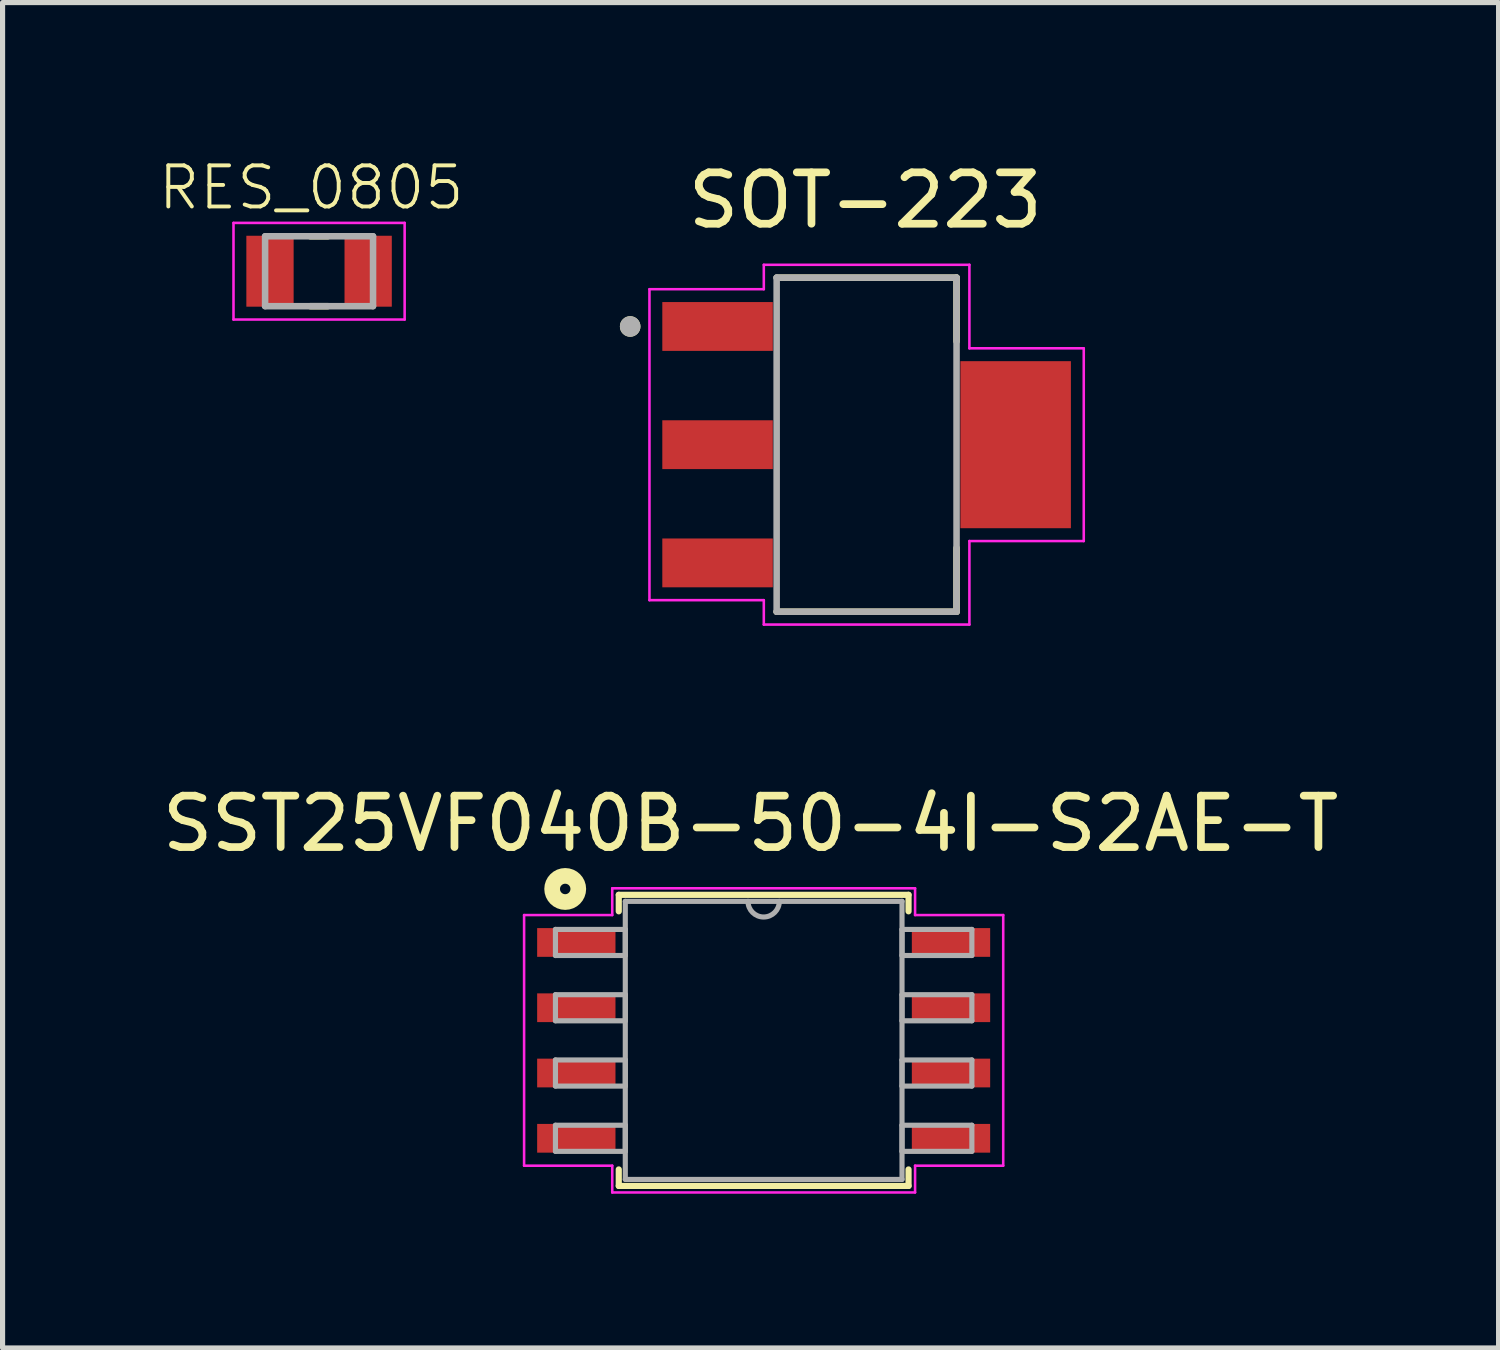
<source format=kicad_pcb>
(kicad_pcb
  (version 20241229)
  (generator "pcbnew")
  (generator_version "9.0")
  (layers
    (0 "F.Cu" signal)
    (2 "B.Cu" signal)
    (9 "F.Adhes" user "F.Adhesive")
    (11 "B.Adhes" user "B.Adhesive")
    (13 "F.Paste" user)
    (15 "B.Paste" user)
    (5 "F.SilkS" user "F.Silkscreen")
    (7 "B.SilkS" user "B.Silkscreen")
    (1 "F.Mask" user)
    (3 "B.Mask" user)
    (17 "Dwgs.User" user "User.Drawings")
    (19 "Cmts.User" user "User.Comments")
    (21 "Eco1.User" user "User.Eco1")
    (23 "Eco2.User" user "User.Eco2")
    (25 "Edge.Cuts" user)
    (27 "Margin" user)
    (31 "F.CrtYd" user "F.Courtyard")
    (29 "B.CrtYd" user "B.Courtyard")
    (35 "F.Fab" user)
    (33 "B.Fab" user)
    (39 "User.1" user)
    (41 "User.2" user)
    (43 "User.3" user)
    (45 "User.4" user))
  (footprint "SOT-223"
    (layer "F.Cu")
    (at 13.811 5.602)
    (property "Reference" "SOT-223" (at -0.025 -4.754 0) (layer "F.SilkS") (effects (font (size 1 1) (thickness 0.15))))
    (attr through_hole)
    (fp_line (start -1.75 -3.25) (end 1.75 -3.25) (stroke (width 0.127) (type solid)) (layer "F.SilkS"))
    (fp_line (start -1.75 3.25) (end 1.75 3.25) (stroke (width 0.127) (type solid)) (layer "F.SilkS"))
    (fp_line (start 1.75 -3.25) (end 1.75 -2.01) (stroke (width 0.127) (type solid)) (layer "F.SilkS"))
    (fp_line (start 1.75 3.25) (end 1.75 2.01) (stroke (width 0.127) (type solid)) (layer "F.SilkS"))
    (fp_circle (center -4.6 -2.3) (end -4.5 -2.3) (stroke (width 0.2) (type solid)) (fill no) (layer "F.SilkS"))
    (fp_line (start -4.225 -3.025) (end -4.225 3.025) (stroke (width 0.05) (type solid)) (layer "F.CrtYd"))
    (fp_line (start -4.225 3.025) (end -2 3.025) (stroke (width 0.05) (type solid)) (layer "F.CrtYd"))
    (fp_line (start -2 -3.5) (end -2 -3.025) (stroke (width 0.05) (type solid)) (layer "F.CrtYd"))
    (fp_line (start -2 -3.025) (end -4.225 -3.025) (stroke (width 0.05) (type solid)) (layer "F.CrtYd"))
    (fp_line (start -2 3.025) (end -2 3.5) (stroke (width 0.05) (type solid)) (layer "F.CrtYd"))
    (fp_line (start -2 3.5) (end 2 3.5) (stroke (width 0.05) (type solid)) (layer "F.CrtYd"))
    (fp_line (start 2 -3.5) (end -2 -3.5) (stroke (width 0.05) (type solid)) (layer "F.CrtYd"))
    (fp_line (start 2 -1.875) (end 2 -3.5) (stroke (width 0.05) (type solid)) (layer "F.CrtYd"))
    (fp_line (start 2 1.875) (end 4.225 1.875) (stroke (width 0.05) (type solid)) (layer "F.CrtYd"))
    (fp_line (start 2 3.5) (end 2 1.875) (stroke (width 0.05) (type solid)) (layer "F.CrtYd"))
    (fp_line (start 4.225 -1.875) (end 2 -1.875) (stroke (width 0.05) (type solid)) (layer "F.CrtYd"))
    (fp_line (start 4.225 1.875) (end 4.225 -1.875) (stroke (width 0.05) (type solid)) (layer "F.CrtYd"))
    (fp_line (start -1.75 -3.25) (end -1.75 3.25) (stroke (width 0.127) (type solid)) (layer "F.Fab"))
    (fp_line (start 1.75 -3.25) (end -1.75 -3.25) (stroke (width 0.127) (type solid)) (layer "F.Fab"))
    (fp_line (start 1.75 -3.25) (end 1.75 3.25) (stroke (width 0.127) (type solid)) (layer "F.Fab"))
    (fp_line (start 1.75 3.25) (end -1.75 3.25) (stroke (width 0.127) (type solid)) (layer "F.Fab"))
    (fp_circle (center -4.6 -2.3) (end -4.5 -2.3) (stroke (width 0.2) (type solid)) (fill no) (layer "F.Fab"))
    (pad "1" smd rect (at -2.9 -2.3) (size 2.15 0.95) (layers "F.Cu" "F.Mask" "F.Paste"))
    (pad "2" smd rect (at -2.9 0) (size 2.15 0.95) (layers "F.Cu" "F.Mask" "F.Paste"))
    (pad "3" smd rect (at -2.9 2.3) (size 2.15 0.95) (layers "F.Cu" "F.Mask" "F.Paste"))
    (pad "4" smd rect (at 2.9 0) (size 2.15 3.25) (layers "F.Cu" "F.Mask" "F.Paste")))
  (footprint "RES_0805"
    (layer "F.Cu")
    (at 3.158 2.227)
    (property "Reference" "RES_0805" (at -0.152 -1.626 0) (layer "F.SilkS") (effects (font (size 0.8 0.8) (thickness 0.076))))
    (attr through_hole)
    (fp_line (start -0.17 -0.68) (end 0.17 -0.68) (stroke (width 0.127) (type solid)) (layer "F.SilkS"))
    (fp_line (start -0.17 0.68) (end 0.17 0.68) (stroke (width 0.127) (type solid)) (layer "F.SilkS"))
    (fp_line (start -1.665 -0.94) (end 1.665 -0.94) (stroke (width 0.05) (type solid)) (layer "F.CrtYd"))
    (fp_line (start -1.665 0.94) (end -1.665 -0.94) (stroke (width 0.05) (type solid)) (layer "F.CrtYd"))
    (fp_line (start -1.665 0.94) (end 1.665 0.94) (stroke (width 0.05) (type solid)) (layer "F.CrtYd"))
    (fp_line (start 1.665 0.94) (end 1.665 -0.94) (stroke (width 0.05) (type solid)) (layer "F.CrtYd"))
    (fp_line (start -1.05 0.68) (end -1.05 -0.68) (stroke (width 0.127) (type solid)) (layer "F.Fab"))
    (fp_line (start 1.05 -0.68) (end -1.05 -0.68) (stroke (width 0.127) (type solid)) (layer "F.Fab"))
    (fp_line (start 1.05 0.68) (end -1.05 0.68) (stroke (width 0.127) (type solid)) (layer "F.Fab"))
    (fp_line (start 1.05 0.68) (end 1.05 -0.68) (stroke (width 0.127) (type solid)) (layer "F.Fab"))
    (pad "1" smd rect (at -0.955 0) (size 0.92 1.38) (layers "F.Cu" "F.Mask" "F.Paste"))
    (pad "2" smd rect (at 0.955 0) (size 0.92 1.38) (layers "F.Cu" "F.Mask" "F.Paste")))
  (footprint "SST25VF040B-50-4I-S2AE-T"
    (layer "F.Cu")
    (at 11.808 17.192)
    (property "Reference" "SST25VF040B-50-4I-S2AE-T" (at -0.254 -4.216 0) (layer "F.SilkS") (effects (font (size 1 1) (thickness 0.15))))
    (attr through_hole)
    (fp_line (start -2.819 -2.832) (end -2.819 -2.511) (stroke (width 0.12) (type solid)) (layer "F.SilkS"))
    (fp_line (start -2.819 2.511) (end -2.819 2.832) (stroke (width 0.12) (type solid)) (layer "F.SilkS"))
    (fp_line (start -2.819 2.832) (end 2.819 2.832) (stroke (width 0.12) (type solid)) (layer "F.SilkS"))
    (fp_line (start 2.819 -2.832) (end -2.819 -2.832) (stroke (width 0.12) (type solid)) (layer "F.SilkS"))
    (fp_line (start 2.819 -2.511) (end 2.819 -2.832) (stroke (width 0.12) (type solid)) (layer "F.SilkS"))
    (fp_line (start 2.819 2.832) (end 2.819 2.511) (stroke (width 0.12) (type solid)) (layer "F.SilkS"))
    (fp_circle (center -3.861 -2.946) (end -3.759 -2.946) (stroke (width 0.305) (type solid)) (fill no) (layer "F.SilkS"))
    (fp_line (start -4.661 -2.438) (end -2.946 -2.438) (stroke (width 0.05) (type solid)) (layer "F.CrtYd"))
    (fp_line (start -4.661 2.438) (end -4.661 -2.438) (stroke (width 0.05) (type solid)) (layer "F.CrtYd"))
    (fp_line (start -2.946 -2.959) (end 2.946 -2.959) (stroke (width 0.05) (type solid)) (layer "F.CrtYd"))
    (fp_line (start -2.946 -2.438) (end -2.946 -2.959) (stroke (width 0.05) (type solid)) (layer "F.CrtYd"))
    (fp_line (start -2.946 2.438) (end -4.661 2.438) (stroke (width 0.05) (type solid)) (layer "F.CrtYd"))
    (fp_line (start -2.946 2.959) (end -2.946 2.438) (stroke (width 0.05) (type solid)) (layer "F.CrtYd"))
    (fp_line (start 2.946 -2.959) (end 2.946 -2.438) (stroke (width 0.05) (type solid)) (layer "F.CrtYd"))
    (fp_line (start 2.946 -2.438) (end 4.661 -2.438) (stroke (width 0.05) (type solid)) (layer "F.CrtYd"))
    (fp_line (start 2.946 2.438) (end 2.946 2.959) (stroke (width 0.05) (type solid)) (layer "F.CrtYd"))
    (fp_line (start 2.946 2.959) (end -2.946 2.959) (stroke (width 0.05) (type solid)) (layer "F.CrtYd"))
    (fp_line (start 4.661 -2.438) (end 4.661 2.438) (stroke (width 0.05) (type solid)) (layer "F.CrtYd"))
    (fp_line (start 4.661 2.438) (end 2.946 2.438) (stroke (width 0.05) (type solid)) (layer "F.CrtYd"))
    (fp_line (start -4.051 -2.159) (end -4.051 -1.651) (stroke (width 0.1) (type solid)) (layer "F.Fab"))
    (fp_line (start -4.051 -1.651) (end -2.692 -1.651) (stroke (width 0.1) (type solid)) (layer "F.Fab"))
    (fp_line (start -4.051 -0.889) (end -4.051 -0.381) (stroke (width 0.1) (type solid)) (layer "F.Fab"))
    (fp_line (start -4.051 -0.381) (end -2.692 -0.381) (stroke (width 0.1) (type solid)) (layer "F.Fab"))
    (fp_line (start -4.051 0.381) (end -4.051 0.889) (stroke (width 0.1) (type solid)) (layer "F.Fab"))
    (fp_line (start -4.051 0.889) (end -2.692 0.889) (stroke (width 0.1) (type solid)) (layer "F.Fab"))
    (fp_line (start -4.051 1.651) (end -4.051 2.159) (stroke (width 0.1) (type solid)) (layer "F.Fab"))
    (fp_line (start -4.051 2.159) (end -2.692 2.159) (stroke (width 0.1) (type solid)) (layer "F.Fab"))
    (fp_line (start -2.692 -2.705) (end -2.692 2.705) (stroke (width 0.1) (type solid)) (layer "F.Fab"))
    (fp_line (start -2.692 -2.159) (end -4.051 -2.159) (stroke (width 0.1) (type solid)) (layer "F.Fab"))
    (fp_line (start -2.692 -1.651) (end -2.692 -2.159) (stroke (width 0.1) (type solid)) (layer "F.Fab"))
    (fp_line (start -2.692 -0.889) (end -4.051 -0.889) (stroke (width 0.1) (type solid)) (layer "F.Fab"))
    (fp_line (start -2.692 -0.381) (end -2.692 -0.889) (stroke (width 0.1) (type solid)) (layer "F.Fab"))
    (fp_line (start -2.692 0.381) (end -4.051 0.381) (stroke (width 0.1) (type solid)) (layer "F.Fab"))
    (fp_line (start -2.692 0.889) (end -2.692 0.381) (stroke (width 0.1) (type solid)) (layer "F.Fab"))
    (fp_line (start -2.692 1.651) (end -4.051 1.651) (stroke (width 0.1) (type solid)) (layer "F.Fab"))
    (fp_line (start -2.692 2.159) (end -2.692 1.651) (stroke (width 0.1) (type solid)) (layer "F.Fab"))
    (fp_line (start -2.692 2.705) (end 2.692 2.705) (stroke (width 0.1) (type solid)) (layer "F.Fab"))
    (fp_line (start 2.692 -2.705) (end -2.692 -2.705) (stroke (width 0.1) (type solid)) (layer "F.Fab"))
    (fp_line (start 2.692 -2.159) (end 2.692 -1.651) (stroke (width 0.1) (type solid)) (layer "F.Fab"))
    (fp_line (start 2.692 -1.651) (end 4.051 -1.651) (stroke (width 0.1) (type solid)) (layer "F.Fab"))
    (fp_line (start 2.692 -0.889) (end 2.692 -0.381) (stroke (width 0.1) (type solid)) (layer "F.Fab"))
    (fp_line (start 2.692 -0.381) (end 4.051 -0.381) (stroke (width 0.1) (type solid)) (layer "F.Fab"))
    (fp_line (start 2.692 0.381) (end 2.692 0.889) (stroke (width 0.1) (type solid)) (layer "F.Fab"))
    (fp_line (start 2.692 0.889) (end 4.051 0.889) (stroke (width 0.1) (type solid)) (layer "F.Fab"))
    (fp_line (start 2.692 1.651) (end 2.692 2.159) (stroke (width 0.1) (type solid)) (layer "F.Fab"))
    (fp_line (start 2.692 2.159) (end 4.051 2.159) (stroke (width 0.1) (type solid)) (layer "F.Fab"))
    (fp_line (start 2.692 2.705) (end 2.692 -2.705) (stroke (width 0.1) (type solid)) (layer "F.Fab"))
    (fp_line (start 4.051 -2.159) (end 2.692 -2.159) (stroke (width 0.1) (type solid)) (layer "F.Fab"))
    (fp_line (start 4.051 -1.651) (end 4.051 -2.159) (stroke (width 0.1) (type solid)) (layer "F.Fab"))
    (fp_line (start 4.051 -0.889) (end 2.692 -0.889) (stroke (width 0.1) (type solid)) (layer "F.Fab"))
    (fp_line (start 4.051 -0.381) (end 4.051 -0.889) (stroke (width 0.1) (type solid)) (layer "F.Fab"))
    (fp_line (start 4.051 0.381) (end 2.692 0.381) (stroke (width 0.1) (type solid)) (layer "F.Fab"))
    (fp_line (start 4.051 0.889) (end 4.051 0.381) (stroke (width 0.1) (type solid)) (layer "F.Fab"))
    (fp_line (start 4.051 1.651) (end 2.692 1.651) (stroke (width 0.1) (type solid)) (layer "F.Fab"))
    (fp_line (start 4.051 2.159) (end 4.051 1.651) (stroke (width 0.1) (type solid)) (layer "F.Fab"))
    (fp_arc (start 0.3048 -2.7051) (mid 0 -2.4003) (end -0.3048 -2.7051) (stroke (width 0.1) (type solid)) (layer "F.Fab"))
    (pad "1" smd rect (at -3.645 -1.905) (size 1.524 0.559) (layers "F.Cu" "F.Mask" "F.Paste"))
    (pad "2" smd rect (at -3.645 -0.635) (size 1.524 0.559) (layers "F.Cu" "F.Mask" "F.Paste"))
    (pad "3" smd rect (at -3.645 0.635) (size 1.524 0.559) (layers "F.Cu" "F.Mask" "F.Paste"))
    (pad "4" smd rect (at -3.645 1.905) (size 1.524 0.559) (layers "F.Cu" "F.Mask" "F.Paste"))
    (pad "5" smd rect (at 3.645 1.905) (size 1.524 0.559) (layers "F.Cu" "F.Mask" "F.Paste"))
    (pad "6" smd rect (at 3.645 0.635) (size 1.524 0.559) (layers "F.Cu" "F.Mask" "F.Paste"))
    (pad "7" smd rect (at 3.645 -0.635) (size 1.524 0.559) (layers "F.Cu" "F.Mask" "F.Paste"))
    (pad "8" smd rect (at 3.645 -1.905) (size 1.524 0.559) (layers "F.Cu" "F.Mask" "F.Paste")))
  (gr_rect
    (start -3 -3)
    (end 26.107 23.176)
    (stroke (width 0.1) (type default))
    (fill no)
    (layer "Edge.Cuts")))
</source>
